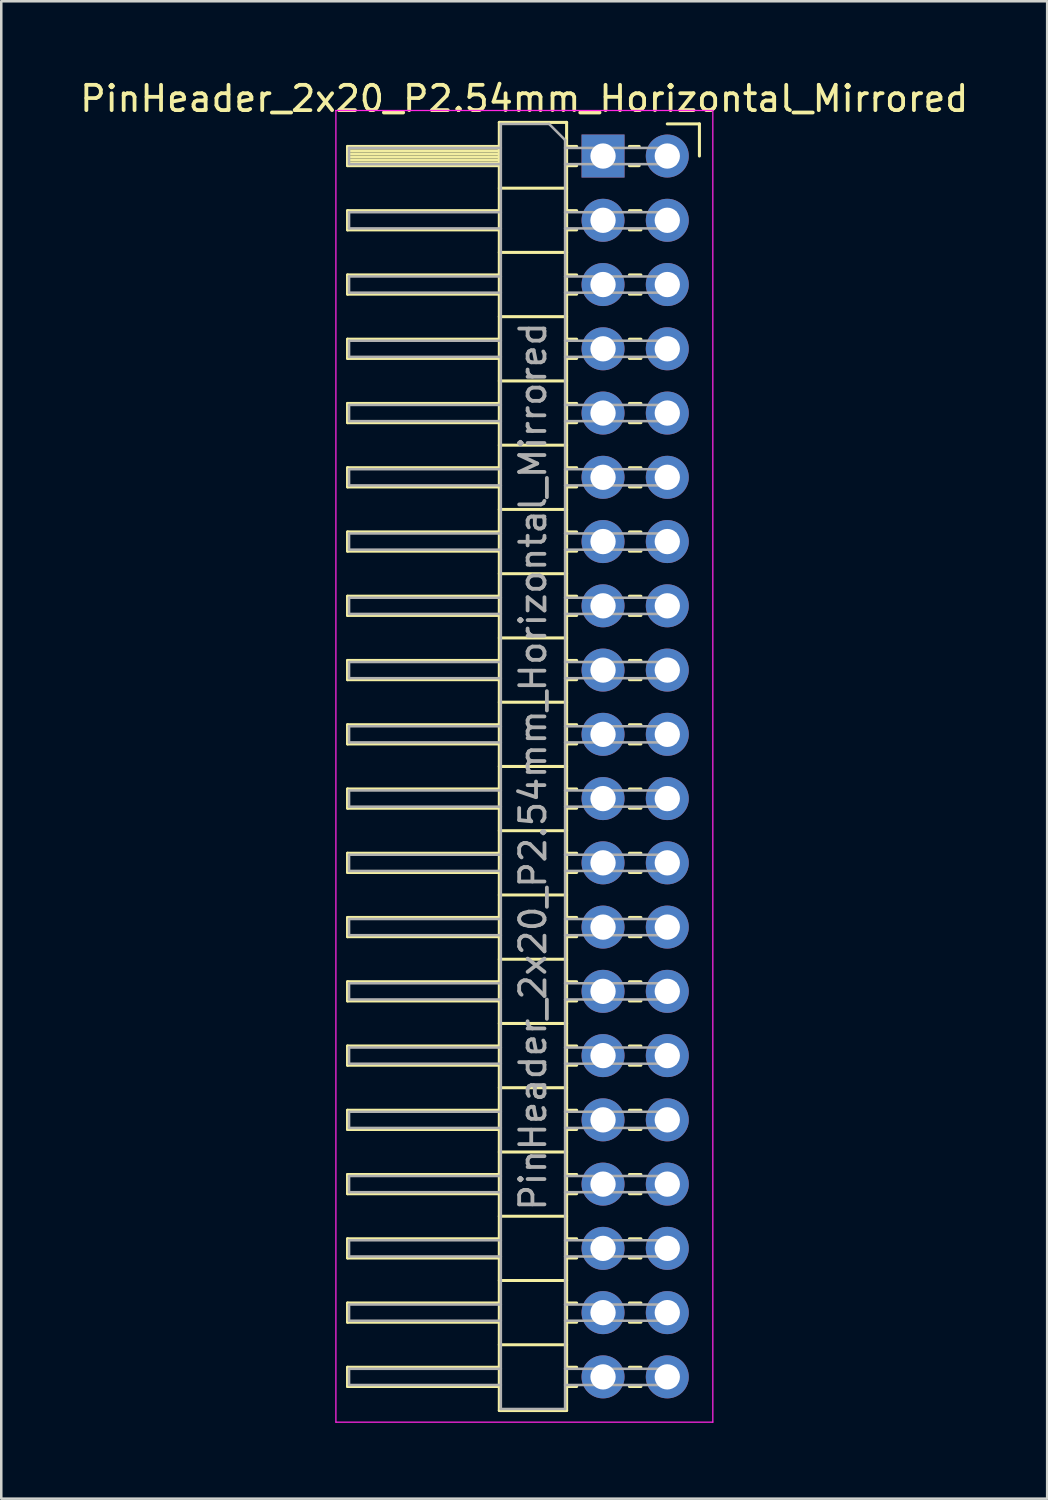
<source format=kicad_pcb>
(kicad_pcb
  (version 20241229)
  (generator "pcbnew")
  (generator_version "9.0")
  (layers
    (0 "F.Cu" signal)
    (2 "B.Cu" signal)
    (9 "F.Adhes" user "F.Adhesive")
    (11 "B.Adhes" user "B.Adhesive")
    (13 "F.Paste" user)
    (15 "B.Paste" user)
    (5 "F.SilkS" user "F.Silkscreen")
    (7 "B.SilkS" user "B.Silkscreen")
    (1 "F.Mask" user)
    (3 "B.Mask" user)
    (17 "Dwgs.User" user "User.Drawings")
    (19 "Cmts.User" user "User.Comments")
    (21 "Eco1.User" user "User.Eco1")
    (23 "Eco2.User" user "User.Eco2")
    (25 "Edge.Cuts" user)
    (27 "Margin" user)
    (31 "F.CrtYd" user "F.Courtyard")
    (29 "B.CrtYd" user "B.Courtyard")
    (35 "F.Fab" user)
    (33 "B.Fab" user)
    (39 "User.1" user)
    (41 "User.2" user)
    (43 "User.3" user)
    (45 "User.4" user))
  (footprint "PinHeader_2x20_P2.54mm_Horizontal_Mirrored"
    (layer "F.Cu")
    (at 20.788 3.118)
    (property "Reference" "PinHeader_2x20_P2.54mm_Horizontal_Mirrored" (at -3.115 -2.27 180) (layer "F.SilkS") (effects (font (size 1 1) (thickness 0.15))))
    (attr through_hole)
    (fp_line (start -10.1 -0.38) (end -10.1 0.38) (stroke (width 0.12) (type solid)) (layer "F.SilkS"))
    (fp_line (start -10.1 0.38) (end -4.1 0.38) (stroke (width 0.12) (type solid)) (layer "F.SilkS"))
    (fp_line (start -10.1 2.16) (end -10.1 2.92) (stroke (width 0.12) (type solid)) (layer "F.SilkS"))
    (fp_line (start -10.1 2.92) (end -4.1 2.92) (stroke (width 0.12) (type solid)) (layer "F.SilkS"))
    (fp_line (start -10.1 4.7) (end -10.1 5.46) (stroke (width 0.12) (type solid)) (layer "F.SilkS"))
    (fp_line (start -10.1 5.46) (end -4.1 5.46) (stroke (width 0.12) (type solid)) (layer "F.SilkS"))
    (fp_line (start -10.1 7.24) (end -10.1 8) (stroke (width 0.12) (type solid)) (layer "F.SilkS"))
    (fp_line (start -10.1 8) (end -4.1 8) (stroke (width 0.12) (type solid)) (layer "F.SilkS"))
    (fp_line (start -10.1 9.78) (end -10.1 10.54) (stroke (width 0.12) (type solid)) (layer "F.SilkS"))
    (fp_line (start -10.1 10.54) (end -4.1 10.54) (stroke (width 0.12) (type solid)) (layer "F.SilkS"))
    (fp_line (start -10.1 12.32) (end -10.1 13.08) (stroke (width 0.12) (type solid)) (layer "F.SilkS"))
    (fp_line (start -10.1 13.08) (end -4.1 13.08) (stroke (width 0.12) (type solid)) (layer "F.SilkS"))
    (fp_line (start -10.1 14.86) (end -10.1 15.62) (stroke (width 0.12) (type solid)) (layer "F.SilkS"))
    (fp_line (start -10.1 15.62) (end -4.1 15.62) (stroke (width 0.12) (type solid)) (layer "F.SilkS"))
    (fp_line (start -10.1 17.4) (end -10.1 18.16) (stroke (width 0.12) (type solid)) (layer "F.SilkS"))
    (fp_line (start -10.1 18.16) (end -4.1 18.16) (stroke (width 0.12) (type solid)) (layer "F.SilkS"))
    (fp_line (start -10.1 19.94) (end -10.1 20.7) (stroke (width 0.12) (type solid)) (layer "F.SilkS"))
    (fp_line (start -10.1 20.7) (end -4.1 20.7) (stroke (width 0.12) (type solid)) (layer "F.SilkS"))
    (fp_line (start -10.1 22.48) (end -10.1 23.24) (stroke (width 0.12) (type solid)) (layer "F.SilkS"))
    (fp_line (start -10.1 23.24) (end -4.1 23.24) (stroke (width 0.12) (type solid)) (layer "F.SilkS"))
    (fp_line (start -10.1 25.02) (end -10.1 25.78) (stroke (width 0.12) (type solid)) (layer "F.SilkS"))
    (fp_line (start -10.1 25.78) (end -4.1 25.78) (stroke (width 0.12) (type solid)) (layer "F.SilkS"))
    (fp_line (start -10.1 27.56) (end -10.1 28.32) (stroke (width 0.12) (type solid)) (layer "F.SilkS"))
    (fp_line (start -10.1 28.32) (end -4.1 28.32) (stroke (width 0.12) (type solid)) (layer "F.SilkS"))
    (fp_line (start -10.1 30.1) (end -10.1 30.86) (stroke (width 0.12) (type solid)) (layer "F.SilkS"))
    (fp_line (start -10.1 30.86) (end -4.1 30.86) (stroke (width 0.12) (type solid)) (layer "F.SilkS"))
    (fp_line (start -10.1 32.64) (end -10.1 33.4) (stroke (width 0.12) (type solid)) (layer "F.SilkS"))
    (fp_line (start -10.1 33.4) (end -4.1 33.4) (stroke (width 0.12) (type solid)) (layer "F.SilkS"))
    (fp_line (start -10.1 35.18) (end -10.1 35.94) (stroke (width 0.12) (type solid)) (layer "F.SilkS"))
    (fp_line (start -10.1 35.94) (end -4.1 35.94) (stroke (width 0.12) (type solid)) (layer "F.SilkS"))
    (fp_line (start -10.1 37.72) (end -10.1 38.48) (stroke (width 0.12) (type solid)) (layer "F.SilkS"))
    (fp_line (start -10.1 38.48) (end -4.1 38.48) (stroke (width 0.12) (type solid)) (layer "F.SilkS"))
    (fp_line (start -10.1 40.26) (end -10.1 41.02) (stroke (width 0.12) (type solid)) (layer "F.SilkS"))
    (fp_line (start -10.1 41.02) (end -4.1 41.02) (stroke (width 0.12) (type solid)) (layer "F.SilkS"))
    (fp_line (start -10.1 42.8) (end -10.1 43.56) (stroke (width 0.12) (type solid)) (layer "F.SilkS"))
    (fp_line (start -10.1 43.56) (end -4.1 43.56) (stroke (width 0.12) (type solid)) (layer "F.SilkS"))
    (fp_line (start -10.1 45.34) (end -10.1 46.1) (stroke (width 0.12) (type solid)) (layer "F.SilkS"))
    (fp_line (start -10.1 46.1) (end -4.1 46.1) (stroke (width 0.12) (type solid)) (layer "F.SilkS"))
    (fp_line (start -10.1 47.88) (end -10.1 48.64) (stroke (width 0.12) (type solid)) (layer "F.SilkS"))
    (fp_line (start -10.1 48.64) (end -4.1 48.64) (stroke (width 0.12) (type solid)) (layer "F.SilkS"))
    (fp_line (start -4.1 -1.33) (end -1.44 -1.33) (stroke (width 0.12) (type solid)) (layer "F.SilkS"))
    (fp_line (start -4.1 -0.38) (end -10.1 -0.38) (stroke (width 0.12) (type solid)) (layer "F.SilkS"))
    (fp_line (start -4.1 -0.32) (end -10.1 -0.32) (stroke (width 0.12) (type solid)) (layer "F.SilkS"))
    (fp_line (start -4.1 -0.2) (end -10.1 -0.2) (stroke (width 0.12) (type solid)) (layer "F.SilkS"))
    (fp_line (start -4.1 -0.08) (end -10.1 -0.08) (stroke (width 0.12) (type solid)) (layer "F.SilkS"))
    (fp_line (start -4.1 0.04) (end -10.1 0.04) (stroke (width 0.12) (type solid)) (layer "F.SilkS"))
    (fp_line (start -4.1 0.16) (end -10.1 0.16) (stroke (width 0.12) (type solid)) (layer "F.SilkS"))
    (fp_line (start -4.1 0.28) (end -10.1 0.28) (stroke (width 0.12) (type solid)) (layer "F.SilkS"))
    (fp_line (start -4.1 2.16) (end -10.1 2.16) (stroke (width 0.12) (type solid)) (layer "F.SilkS"))
    (fp_line (start -4.1 4.7) (end -10.1 4.7) (stroke (width 0.12) (type solid)) (layer "F.SilkS"))
    (fp_line (start -4.1 7.24) (end -10.1 7.24) (stroke (width 0.12) (type solid)) (layer "F.SilkS"))
    (fp_line (start -4.1 9.78) (end -10.1 9.78) (stroke (width 0.12) (type solid)) (layer "F.SilkS"))
    (fp_line (start -4.1 12.32) (end -10.1 12.32) (stroke (width 0.12) (type solid)) (layer "F.SilkS"))
    (fp_line (start -4.1 14.86) (end -10.1 14.86) (stroke (width 0.12) (type solid)) (layer "F.SilkS"))
    (fp_line (start -4.1 17.4) (end -10.1 17.4) (stroke (width 0.12) (type solid)) (layer "F.SilkS"))
    (fp_line (start -4.1 19.94) (end -10.1 19.94) (stroke (width 0.12) (type solid)) (layer "F.SilkS"))
    (fp_line (start -4.1 22.48) (end -10.1 22.48) (stroke (width 0.12) (type solid)) (layer "F.SilkS"))
    (fp_line (start -4.1 25.02) (end -10.1 25.02) (stroke (width 0.12) (type solid)) (layer "F.SilkS"))
    (fp_line (start -4.1 27.56) (end -10.1 27.56) (stroke (width 0.12) (type solid)) (layer "F.SilkS"))
    (fp_line (start -4.1 30.1) (end -10.1 30.1) (stroke (width 0.12) (type solid)) (layer "F.SilkS"))
    (fp_line (start -4.1 32.64) (end -10.1 32.64) (stroke (width 0.12) (type solid)) (layer "F.SilkS"))
    (fp_line (start -4.1 35.18) (end -10.1 35.18) (stroke (width 0.12) (type solid)) (layer "F.SilkS"))
    (fp_line (start -4.1 37.72) (end -10.1 37.72) (stroke (width 0.12) (type solid)) (layer "F.SilkS"))
    (fp_line (start -4.1 40.26) (end -10.1 40.26) (stroke (width 0.12) (type solid)) (layer "F.SilkS"))
    (fp_line (start -4.1 42.8) (end -10.1 42.8) (stroke (width 0.12) (type solid)) (layer "F.SilkS"))
    (fp_line (start -4.1 45.34) (end -10.1 45.34) (stroke (width 0.12) (type solid)) (layer "F.SilkS"))
    (fp_line (start -4.1 47.88) (end -10.1 47.88) (stroke (width 0.12) (type solid)) (layer "F.SilkS"))
    (fp_line (start -4.1 49.59) (end -4.1 -1.33) (stroke (width 0.12) (type solid)) (layer "F.SilkS"))
    (fp_line (start -1.44 -1.33) (end -1.44 49.59) (stroke (width 0.12) (type solid)) (layer "F.SilkS"))
    (fp_line (start -1.44 1.27) (end -4.1 1.27) (stroke (width 0.12) (type solid)) (layer "F.SilkS"))
    (fp_line (start -1.44 3.81) (end -4.1 3.81) (stroke (width 0.12) (type solid)) (layer "F.SilkS"))
    (fp_line (start -1.44 6.35) (end -4.1 6.35) (stroke (width 0.12) (type solid)) (layer "F.SilkS"))
    (fp_line (start -1.44 8.89) (end -4.1 8.89) (stroke (width 0.12) (type solid)) (layer "F.SilkS"))
    (fp_line (start -1.44 11.43) (end -4.1 11.43) (stroke (width 0.12) (type solid)) (layer "F.SilkS"))
    (fp_line (start -1.44 13.97) (end -4.1 13.97) (stroke (width 0.12) (type solid)) (layer "F.SilkS"))
    (fp_line (start -1.44 16.51) (end -4.1 16.51) (stroke (width 0.12) (type solid)) (layer "F.SilkS"))
    (fp_line (start -1.44 19.05) (end -4.1 19.05) (stroke (width 0.12) (type solid)) (layer "F.SilkS"))
    (fp_line (start -1.44 21.59) (end -4.1 21.59) (stroke (width 0.12) (type solid)) (layer "F.SilkS"))
    (fp_line (start -1.44 24.13) (end -4.1 24.13) (stroke (width 0.12) (type solid)) (layer "F.SilkS"))
    (fp_line (start -1.44 26.67) (end -4.1 26.67) (stroke (width 0.12) (type solid)) (layer "F.SilkS"))
    (fp_line (start -1.44 29.21) (end -4.1 29.21) (stroke (width 0.12) (type solid)) (layer "F.SilkS"))
    (fp_line (start -1.44 31.75) (end -4.1 31.75) (stroke (width 0.12) (type solid)) (layer "F.SilkS"))
    (fp_line (start -1.44 34.29) (end -4.1 34.29) (stroke (width 0.12) (type solid)) (layer "F.SilkS"))
    (fp_line (start -1.44 36.83) (end -4.1 36.83) (stroke (width 0.12) (type solid)) (layer "F.SilkS"))
    (fp_line (start -1.44 39.37) (end -4.1 39.37) (stroke (width 0.12) (type solid)) (layer "F.SilkS"))
    (fp_line (start -1.44 41.91) (end -4.1 41.91) (stroke (width 0.12) (type solid)) (layer "F.SilkS"))
    (fp_line (start -1.44 44.45) (end -4.1 44.45) (stroke (width 0.12) (type solid)) (layer "F.SilkS"))
    (fp_line (start -1.44 46.99) (end -4.1 46.99) (stroke (width 0.12) (type solid)) (layer "F.SilkS"))
    (fp_line (start -1.44 49.59) (end -4.1 49.59) (stroke (width 0.12) (type solid)) (layer "F.SilkS"))
    (fp_line (start -1.043 -0.38) (end -1.44 -0.38) (stroke (width 0.12) (type solid)) (layer "F.SilkS"))
    (fp_line (start -1.043 0.38) (end -1.44 0.38) (stroke (width 0.12) (type solid)) (layer "F.SilkS"))
    (fp_line (start -1.043 2.16) (end -1.44 2.16) (stroke (width 0.12) (type solid)) (layer "F.SilkS"))
    (fp_line (start -1.043 2.92) (end -1.44 2.92) (stroke (width 0.12) (type solid)) (layer "F.SilkS"))
    (fp_line (start -1.043 4.7) (end -1.44 4.7) (stroke (width 0.12) (type solid)) (layer "F.SilkS"))
    (fp_line (start -1.043 5.46) (end -1.44 5.46) (stroke (width 0.12) (type solid)) (layer "F.SilkS"))
    (fp_line (start -1.043 7.24) (end -1.44 7.24) (stroke (width 0.12) (type solid)) (layer "F.SilkS"))
    (fp_line (start -1.043 8) (end -1.44 8) (stroke (width 0.12) (type solid)) (layer "F.SilkS"))
    (fp_line (start -1.043 9.78) (end -1.44 9.78) (stroke (width 0.12) (type solid)) (layer "F.SilkS"))
    (fp_line (start -1.043 10.54) (end -1.44 10.54) (stroke (width 0.12) (type solid)) (layer "F.SilkS"))
    (fp_line (start -1.043 12.32) (end -1.44 12.32) (stroke (width 0.12) (type solid)) (layer "F.SilkS"))
    (fp_line (start -1.043 13.08) (end -1.44 13.08) (stroke (width 0.12) (type solid)) (layer "F.SilkS"))
    (fp_line (start -1.043 14.86) (end -1.44 14.86) (stroke (width 0.12) (type solid)) (layer "F.SilkS"))
    (fp_line (start -1.043 15.62) (end -1.44 15.62) (stroke (width 0.12) (type solid)) (layer "F.SilkS"))
    (fp_line (start -1.043 17.4) (end -1.44 17.4) (stroke (width 0.12) (type solid)) (layer "F.SilkS"))
    (fp_line (start -1.043 18.16) (end -1.44 18.16) (stroke (width 0.12) (type solid)) (layer "F.SilkS"))
    (fp_line (start -1.043 19.94) (end -1.44 19.94) (stroke (width 0.12) (type solid)) (layer "F.SilkS"))
    (fp_line (start -1.043 20.7) (end -1.44 20.7) (stroke (width 0.12) (type solid)) (layer "F.SilkS"))
    (fp_line (start -1.043 22.48) (end -1.44 22.48) (stroke (width 0.12) (type solid)) (layer "F.SilkS"))
    (fp_line (start -1.043 23.24) (end -1.44 23.24) (stroke (width 0.12) (type solid)) (layer "F.SilkS"))
    (fp_line (start -1.043 25.02) (end -1.44 25.02) (stroke (width 0.12) (type solid)) (layer "F.SilkS"))
    (fp_line (start -1.043 25.78) (end -1.44 25.78) (stroke (width 0.12) (type solid)) (layer "F.SilkS"))
    (fp_line (start -1.043 27.56) (end -1.44 27.56) (stroke (width 0.12) (type solid)) (layer "F.SilkS"))
    (fp_line (start -1.043 28.32) (end -1.44 28.32) (stroke (width 0.12) (type solid)) (layer "F.SilkS"))
    (fp_line (start -1.043 30.1) (end -1.44 30.1) (stroke (width 0.12) (type solid)) (layer "F.SilkS"))
    (fp_line (start -1.043 30.86) (end -1.44 30.86) (stroke (width 0.12) (type solid)) (layer "F.SilkS"))
    (fp_line (start -1.043 32.64) (end -1.44 32.64) (stroke (width 0.12) (type solid)) (layer "F.SilkS"))
    (fp_line (start -1.043 33.4) (end -1.44 33.4) (stroke (width 0.12) (type solid)) (layer "F.SilkS"))
    (fp_line (start -1.043 35.18) (end -1.44 35.18) (stroke (width 0.12) (type solid)) (layer "F.SilkS"))
    (fp_line (start -1.043 35.94) (end -1.44 35.94) (stroke (width 0.12) (type solid)) (layer "F.SilkS"))
    (fp_line (start -1.043 37.72) (end -1.44 37.72) (stroke (width 0.12) (type solid)) (layer "F.SilkS"))
    (fp_line (start -1.043 38.48) (end -1.44 38.48) (stroke (width 0.12) (type solid)) (layer "F.SilkS"))
    (fp_line (start -1.043 40.26) (end -1.44 40.26) (stroke (width 0.12) (type solid)) (layer "F.SilkS"))
    (fp_line (start -1.043 41.02) (end -1.44 41.02) (stroke (width 0.12) (type solid)) (layer "F.SilkS"))
    (fp_line (start -1.043 42.8) (end -1.44 42.8) (stroke (width 0.12) (type solid)) (layer "F.SilkS"))
    (fp_line (start -1.043 43.56) (end -1.44 43.56) (stroke (width 0.12) (type solid)) (layer "F.SilkS"))
    (fp_line (start -1.043 45.34) (end -1.44 45.34) (stroke (width 0.12) (type solid)) (layer "F.SilkS"))
    (fp_line (start -1.043 46.1) (end -1.44 46.1) (stroke (width 0.12) (type solid)) (layer "F.SilkS"))
    (fp_line (start -1.043 47.88) (end -1.44 47.88) (stroke (width 0.12) (type solid)) (layer "F.SilkS"))
    (fp_line (start -1.043 48.64) (end -1.44 48.64) (stroke (width 0.12) (type solid)) (layer "F.SilkS"))
    (fp_line (start 1.43 -0.38) (end 1.043 -0.38) (stroke (width 0.12) (type solid)) (layer "F.SilkS"))
    (fp_line (start 1.43 0.38) (end 1.043 0.38) (stroke (width 0.12) (type solid)) (layer "F.SilkS"))
    (fp_line (start 1.497 2.16) (end 1.043 2.16) (stroke (width 0.12) (type solid)) (layer "F.SilkS"))
    (fp_line (start 1.497 2.92) (end 1.043 2.92) (stroke (width 0.12) (type solid)) (layer "F.SilkS"))
    (fp_line (start 1.497 4.7) (end 1.043 4.7) (stroke (width 0.12) (type solid)) (layer "F.SilkS"))
    (fp_line (start 1.497 5.46) (end 1.043 5.46) (stroke (width 0.12) (type solid)) (layer "F.SilkS"))
    (fp_line (start 1.497 7.24) (end 1.043 7.24) (stroke (width 0.12) (type solid)) (layer "F.SilkS"))
    (fp_line (start 1.497 8) (end 1.043 8) (stroke (width 0.12) (type solid)) (layer "F.SilkS"))
    (fp_line (start 1.497 9.78) (end 1.043 9.78) (stroke (width 0.12) (type solid)) (layer "F.SilkS"))
    (fp_line (start 1.497 10.54) (end 1.043 10.54) (stroke (width 0.12) (type solid)) (layer "F.SilkS"))
    (fp_line (start 1.497 12.32) (end 1.043 12.32) (stroke (width 0.12) (type solid)) (layer "F.SilkS"))
    (fp_line (start 1.497 13.08) (end 1.043 13.08) (stroke (width 0.12) (type solid)) (layer "F.SilkS"))
    (fp_line (start 1.497 14.86) (end 1.043 14.86) (stroke (width 0.12) (type solid)) (layer "F.SilkS"))
    (fp_line (start 1.497 15.62) (end 1.043 15.62) (stroke (width 0.12) (type solid)) (layer "F.SilkS"))
    (fp_line (start 1.497 17.4) (end 1.043 17.4) (stroke (width 0.12) (type solid)) (layer "F.SilkS"))
    (fp_line (start 1.497 18.16) (end 1.043 18.16) (stroke (width 0.12) (type solid)) (layer "F.SilkS"))
    (fp_line (start 1.497 19.94) (end 1.043 19.94) (stroke (width 0.12) (type solid)) (layer "F.SilkS"))
    (fp_line (start 1.497 20.7) (end 1.043 20.7) (stroke (width 0.12) (type solid)) (layer "F.SilkS"))
    (fp_line (start 1.497 22.48) (end 1.043 22.48) (stroke (width 0.12) (type solid)) (layer "F.SilkS"))
    (fp_line (start 1.497 23.24) (end 1.043 23.24) (stroke (width 0.12) (type solid)) (layer "F.SilkS"))
    (fp_line (start 1.497 25.02) (end 1.043 25.02) (stroke (width 0.12) (type solid)) (layer "F.SilkS"))
    (fp_line (start 1.497 25.78) (end 1.043 25.78) (stroke (width 0.12) (type solid)) (layer "F.SilkS"))
    (fp_line (start 1.497 27.56) (end 1.043 27.56) (stroke (width 0.12) (type solid)) (layer "F.SilkS"))
    (fp_line (start 1.497 28.32) (end 1.043 28.32) (stroke (width 0.12) (type solid)) (layer "F.SilkS"))
    (fp_line (start 1.497 30.1) (end 1.043 30.1) (stroke (width 0.12) (type solid)) (layer "F.SilkS"))
    (fp_line (start 1.497 30.86) (end 1.043 30.86) (stroke (width 0.12) (type solid)) (layer "F.SilkS"))
    (fp_line (start 1.497 32.64) (end 1.043 32.64) (stroke (width 0.12) (type solid)) (layer "F.SilkS"))
    (fp_line (start 1.497 33.4) (end 1.043 33.4) (stroke (width 0.12) (type solid)) (layer "F.SilkS"))
    (fp_line (start 1.497 35.18) (end 1.043 35.18) (stroke (width 0.12) (type solid)) (layer "F.SilkS"))
    (fp_line (start 1.497 35.94) (end 1.043 35.94) (stroke (width 0.12) (type solid)) (layer "F.SilkS"))
    (fp_line (start 1.497 37.72) (end 1.043 37.72) (stroke (width 0.12) (type solid)) (layer "F.SilkS"))
    (fp_line (start 1.497 38.48) (end 1.043 38.48) (stroke (width 0.12) (type solid)) (layer "F.SilkS"))
    (fp_line (start 1.497 40.26) (end 1.043 40.26) (stroke (width 0.12) (type solid)) (layer "F.SilkS"))
    (fp_line (start 1.497 41.02) (end 1.043 41.02) (stroke (width 0.12) (type solid)) (layer "F.SilkS"))
    (fp_line (start 1.497 42.8) (end 1.043 42.8) (stroke (width 0.12) (type solid)) (layer "F.SilkS"))
    (fp_line (start 1.497 43.56) (end 1.043 43.56) (stroke (width 0.12) (type solid)) (layer "F.SilkS"))
    (fp_line (start 1.497 45.34) (end 1.043 45.34) (stroke (width 0.12) (type solid)) (layer "F.SilkS"))
    (fp_line (start 1.497 46.1) (end 1.043 46.1) (stroke (width 0.12) (type solid)) (layer "F.SilkS"))
    (fp_line (start 1.497 47.88) (end 1.043 47.88) (stroke (width 0.12) (type solid)) (layer "F.SilkS"))
    (fp_line (start 1.497 48.64) (end 1.043 48.64) (stroke (width 0.12) (type solid)) (layer "F.SilkS"))
    (fp_line (start 3.81 -1.27) (end 2.54 -1.27) (stroke (width 0.12) (type solid)) (layer "F.SilkS"))
    (fp_line (start 3.81 0) (end 3.81 -1.27) (stroke (width 0.12) (type solid)) (layer "F.SilkS"))
    (fp_line (start -10.56 -1.8) (end 4.34 -1.8) (stroke (width 0.05) (type solid)) (layer "F.CrtYd"))
    (fp_line (start -10.56 50.05) (end -10.56 -1.8) (stroke (width 0.05) (type solid)) (layer "F.CrtYd"))
    (fp_line (start 4.34 -1.8) (end 4.34 50.05) (stroke (width 0.05) (type solid)) (layer "F.CrtYd"))
    (fp_line (start 4.34 50.05) (end -10.56 50.05) (stroke (width 0.05) (type solid)) (layer "F.CrtYd"))
    (fp_line (start -10.04 -0.32) (end -10.04 0.32) (stroke (width 0.1) (type solid)) (layer "F.Fab"))
    (fp_line (start -10.04 2.22) (end -10.04 2.86) (stroke (width 0.1) (type solid)) (layer "F.Fab"))
    (fp_line (start -10.04 4.76) (end -10.04 5.4) (stroke (width 0.1) (type solid)) (layer "F.Fab"))
    (fp_line (start -10.04 7.3) (end -10.04 7.94) (stroke (width 0.1) (type solid)) (layer "F.Fab"))
    (fp_line (start -10.04 9.84) (end -10.04 10.48) (stroke (width 0.1) (type solid)) (layer "F.Fab"))
    (fp_line (start -10.04 12.38) (end -10.04 13.02) (stroke (width 0.1) (type solid)) (layer "F.Fab"))
    (fp_line (start -10.04 14.92) (end -10.04 15.56) (stroke (width 0.1) (type solid)) (layer "F.Fab"))
    (fp_line (start -10.04 17.46) (end -10.04 18.1) (stroke (width 0.1) (type solid)) (layer "F.Fab"))
    (fp_line (start -10.04 20) (end -10.04 20.64) (stroke (width 0.1) (type solid)) (layer "F.Fab"))
    (fp_line (start -10.04 22.54) (end -10.04 23.18) (stroke (width 0.1) (type solid)) (layer "F.Fab"))
    (fp_line (start -10.04 25.08) (end -10.04 25.72) (stroke (width 0.1) (type solid)) (layer "F.Fab"))
    (fp_line (start -10.04 27.62) (end -10.04 28.26) (stroke (width 0.1) (type solid)) (layer "F.Fab"))
    (fp_line (start -10.04 30.16) (end -10.04 30.8) (stroke (width 0.1) (type solid)) (layer "F.Fab"))
    (fp_line (start -10.04 32.7) (end -10.04 33.34) (stroke (width 0.1) (type solid)) (layer "F.Fab"))
    (fp_line (start -10.04 35.24) (end -10.04 35.88) (stroke (width 0.1) (type solid)) (layer "F.Fab"))
    (fp_line (start -10.04 37.78) (end -10.04 38.42) (stroke (width 0.1) (type solid)) (layer "F.Fab"))
    (fp_line (start -10.04 40.32) (end -10.04 40.96) (stroke (width 0.1) (type solid)) (layer "F.Fab"))
    (fp_line (start -10.04 42.86) (end -10.04 43.5) (stroke (width 0.1) (type solid)) (layer "F.Fab"))
    (fp_line (start -10.04 45.4) (end -10.04 46.04) (stroke (width 0.1) (type solid)) (layer "F.Fab"))
    (fp_line (start -10.04 47.94) (end -10.04 48.58) (stroke (width 0.1) (type solid)) (layer "F.Fab"))
    (fp_line (start -4.04 -1.27) (end -4.04 49.53) (stroke (width 0.1) (type solid)) (layer "F.Fab"))
    (fp_line (start -4.04 -0.32) (end -10.04 -0.32) (stroke (width 0.1) (type solid)) (layer "F.Fab"))
    (fp_line (start -4.04 0.32) (end -10.04 0.32) (stroke (width 0.1) (type solid)) (layer "F.Fab"))
    (fp_line (start -4.04 2.22) (end -10.04 2.22) (stroke (width 0.1) (type solid)) (layer "F.Fab"))
    (fp_line (start -4.04 2.86) (end -10.04 2.86) (stroke (width 0.1) (type solid)) (layer "F.Fab"))
    (fp_line (start -4.04 4.76) (end -10.04 4.76) (stroke (width 0.1) (type solid)) (layer "F.Fab"))
    (fp_line (start -4.04 5.4) (end -10.04 5.4) (stroke (width 0.1) (type solid)) (layer "F.Fab"))
    (fp_line (start -4.04 7.3) (end -10.04 7.3) (stroke (width 0.1) (type solid)) (layer "F.Fab"))
    (fp_line (start -4.04 7.94) (end -10.04 7.94) (stroke (width 0.1) (type solid)) (layer "F.Fab"))
    (fp_line (start -4.04 9.84) (end -10.04 9.84) (stroke (width 0.1) (type solid)) (layer "F.Fab"))
    (fp_line (start -4.04 10.48) (end -10.04 10.48) (stroke (width 0.1) (type solid)) (layer "F.Fab"))
    (fp_line (start -4.04 12.38) (end -10.04 12.38) (stroke (width 0.1) (type solid)) (layer "F.Fab"))
    (fp_line (start -4.04 13.02) (end -10.04 13.02) (stroke (width 0.1) (type solid)) (layer "F.Fab"))
    (fp_line (start -4.04 14.92) (end -10.04 14.92) (stroke (width 0.1) (type solid)) (layer "F.Fab"))
    (fp_line (start -4.04 15.56) (end -10.04 15.56) (stroke (width 0.1) (type solid)) (layer "F.Fab"))
    (fp_line (start -4.04 17.46) (end -10.04 17.46) (stroke (width 0.1) (type solid)) (layer "F.Fab"))
    (fp_line (start -4.04 18.1) (end -10.04 18.1) (stroke (width 0.1) (type solid)) (layer "F.Fab"))
    (fp_line (start -4.04 20) (end -10.04 20) (stroke (width 0.1) (type solid)) (layer "F.Fab"))
    (fp_line (start -4.04 20.64) (end -10.04 20.64) (stroke (width 0.1) (type solid)) (layer "F.Fab"))
    (fp_line (start -4.04 22.54) (end -10.04 22.54) (stroke (width 0.1) (type solid)) (layer "F.Fab"))
    (fp_line (start -4.04 23.18) (end -10.04 23.18) (stroke (width 0.1) (type solid)) (layer "F.Fab"))
    (fp_line (start -4.04 25.08) (end -10.04 25.08) (stroke (width 0.1) (type solid)) (layer "F.Fab"))
    (fp_line (start -4.04 25.72) (end -10.04 25.72) (stroke (width 0.1) (type solid)) (layer "F.Fab"))
    (fp_line (start -4.04 27.62) (end -10.04 27.62) (stroke (width 0.1) (type solid)) (layer "F.Fab"))
    (fp_line (start -4.04 28.26) (end -10.04 28.26) (stroke (width 0.1) (type solid)) (layer "F.Fab"))
    (fp_line (start -4.04 30.16) (end -10.04 30.16) (stroke (width 0.1) (type solid)) (layer "F.Fab"))
    (fp_line (start -4.04 30.8) (end -10.04 30.8) (stroke (width 0.1) (type solid)) (layer "F.Fab"))
    (fp_line (start -4.04 32.7) (end -10.04 32.7) (stroke (width 0.1) (type solid)) (layer "F.Fab"))
    (fp_line (start -4.04 33.34) (end -10.04 33.34) (stroke (width 0.1) (type solid)) (layer "F.Fab"))
    (fp_line (start -4.04 35.24) (end -10.04 35.24) (stroke (width 0.1) (type solid)) (layer "F.Fab"))
    (fp_line (start -4.04 35.88) (end -10.04 35.88) (stroke (width 0.1) (type solid)) (layer "F.Fab"))
    (fp_line (start -4.04 37.78) (end -10.04 37.78) (stroke (width 0.1) (type solid)) (layer "F.Fab"))
    (fp_line (start -4.04 38.42) (end -10.04 38.42) (stroke (width 0.1) (type solid)) (layer "F.Fab"))
    (fp_line (start -4.04 40.32) (end -10.04 40.32) (stroke (width 0.1) (type solid)) (layer "F.Fab"))
    (fp_line (start -4.04 40.96) (end -10.04 40.96) (stroke (width 0.1) (type solid)) (layer "F.Fab"))
    (fp_line (start -4.04 42.86) (end -10.04 42.86) (stroke (width 0.1) (type solid)) (layer "F.Fab"))
    (fp_line (start -4.04 43.5) (end -10.04 43.5) (stroke (width 0.1) (type solid)) (layer "F.Fab"))
    (fp_line (start -4.04 45.4) (end -10.04 45.4) (stroke (width 0.1) (type solid)) (layer "F.Fab"))
    (fp_line (start -4.04 46.04) (end -10.04 46.04) (stroke (width 0.1) (type solid)) (layer "F.Fab"))
    (fp_line (start -4.04 47.94) (end -10.04 47.94) (stroke (width 0.1) (type solid)) (layer "F.Fab"))
    (fp_line (start -4.04 48.58) (end -10.04 48.58) (stroke (width 0.1) (type solid)) (layer "F.Fab"))
    (fp_line (start -4.04 49.53) (end -1.5 49.53) (stroke (width 0.1) (type solid)) (layer "F.Fab"))
    (fp_line (start -2.135 -1.27) (end -4.04 -1.27) (stroke (width 0.1) (type solid)) (layer "F.Fab"))
    (fp_line (start -1.5 -0.635) (end -2.135 -1.27) (stroke (width 0.1) (type solid)) (layer "F.Fab"))
    (fp_line (start -1.5 49.53) (end -1.5 -0.635) (stroke (width 0.1) (type solid)) (layer "F.Fab"))
    (fp_line (start 2.86 -0.32) (end -1.5 -0.32) (stroke (width 0.1) (type solid)) (layer "F.Fab"))
    (fp_line (start 2.86 -0.32) (end 2.86 0.32) (stroke (width 0.1) (type solid)) (layer "F.Fab"))
    (fp_line (start 2.86 0.32) (end -1.5 0.32) (stroke (width 0.1) (type solid)) (layer "F.Fab"))
    (fp_line (start 2.86 2.22) (end -1.5 2.22) (stroke (width 0.1) (type solid)) (layer "F.Fab"))
    (fp_line (start 2.86 2.22) (end 2.86 2.86) (stroke (width 0.1) (type solid)) (layer "F.Fab"))
    (fp_line (start 2.86 2.86) (end -1.5 2.86) (stroke (width 0.1) (type solid)) (layer "F.Fab"))
    (fp_line (start 2.86 4.76) (end -1.5 4.76) (stroke (width 0.1) (type solid)) (layer "F.Fab"))
    (fp_line (start 2.86 4.76) (end 2.86 5.4) (stroke (width 0.1) (type solid)) (layer "F.Fab"))
    (fp_line (start 2.86 5.4) (end -1.5 5.4) (stroke (width 0.1) (type solid)) (layer "F.Fab"))
    (fp_line (start 2.86 7.3) (end -1.5 7.3) (stroke (width 0.1) (type solid)) (layer "F.Fab"))
    (fp_line (start 2.86 7.3) (end 2.86 7.94) (stroke (width 0.1) (type solid)) (layer "F.Fab"))
    (fp_line (start 2.86 7.94) (end -1.5 7.94) (stroke (width 0.1) (type solid)) (layer "F.Fab"))
    (fp_line (start 2.86 9.84) (end -1.5 9.84) (stroke (width 0.1) (type solid)) (layer "F.Fab"))
    (fp_line (start 2.86 9.84) (end 2.86 10.48) (stroke (width 0.1) (type solid)) (layer "F.Fab"))
    (fp_line (start 2.86 10.48) (end -1.5 10.48) (stroke (width 0.1) (type solid)) (layer "F.Fab"))
    (fp_line (start 2.86 12.38) (end -1.5 12.38) (stroke (width 0.1) (type solid)) (layer "F.Fab"))
    (fp_line (start 2.86 12.38) (end 2.86 13.02) (stroke (width 0.1) (type solid)) (layer "F.Fab"))
    (fp_line (start 2.86 13.02) (end -1.5 13.02) (stroke (width 0.1) (type solid)) (layer "F.Fab"))
    (fp_line (start 2.86 14.92) (end -1.5 14.92) (stroke (width 0.1) (type solid)) (layer "F.Fab"))
    (fp_line (start 2.86 14.92) (end 2.86 15.56) (stroke (width 0.1) (type solid)) (layer "F.Fab"))
    (fp_line (start 2.86 15.56) (end -1.5 15.56) (stroke (width 0.1) (type solid)) (layer "F.Fab"))
    (fp_line (start 2.86 17.46) (end -1.5 17.46) (stroke (width 0.1) (type solid)) (layer "F.Fab"))
    (fp_line (start 2.86 17.46) (end 2.86 18.1) (stroke (width 0.1) (type solid)) (layer "F.Fab"))
    (fp_line (start 2.86 18.1) (end -1.5 18.1) (stroke (width 0.1) (type solid)) (layer "F.Fab"))
    (fp_line (start 2.86 20) (end -1.5 20) (stroke (width 0.1) (type solid)) (layer "F.Fab"))
    (fp_line (start 2.86 20) (end 2.86 20.64) (stroke (width 0.1) (type solid)) (layer "F.Fab"))
    (fp_line (start 2.86 20.64) (end -1.5 20.64) (stroke (width 0.1) (type solid)) (layer "F.Fab"))
    (fp_line (start 2.86 22.54) (end -1.5 22.54) (stroke (width 0.1) (type solid)) (layer "F.Fab"))
    (fp_line (start 2.86 22.54) (end 2.86 23.18) (stroke (width 0.1) (type solid)) (layer "F.Fab"))
    (fp_line (start 2.86 23.18) (end -1.5 23.18) (stroke (width 0.1) (type solid)) (layer "F.Fab"))
    (fp_line (start 2.86 25.08) (end -1.5 25.08) (stroke (width 0.1) (type solid)) (layer "F.Fab"))
    (fp_line (start 2.86 25.08) (end 2.86 25.72) (stroke (width 0.1) (type solid)) (layer "F.Fab"))
    (fp_line (start 2.86 25.72) (end -1.5 25.72) (stroke (width 0.1) (type solid)) (layer "F.Fab"))
    (fp_line (start 2.86 27.62) (end -1.5 27.62) (stroke (width 0.1) (type solid)) (layer "F.Fab"))
    (fp_line (start 2.86 27.62) (end 2.86 28.26) (stroke (width 0.1) (type solid)) (layer "F.Fab"))
    (fp_line (start 2.86 28.26) (end -1.5 28.26) (stroke (width 0.1) (type solid)) (layer "F.Fab"))
    (fp_line (start 2.86 30.16) (end -1.5 30.16) (stroke (width 0.1) (type solid)) (layer "F.Fab"))
    (fp_line (start 2.86 30.16) (end 2.86 30.8) (stroke (width 0.1) (type solid)) (layer "F.Fab"))
    (fp_line (start 2.86 30.8) (end -1.5 30.8) (stroke (width 0.1) (type solid)) (layer "F.Fab"))
    (fp_line (start 2.86 32.7) (end -1.5 32.7) (stroke (width 0.1) (type solid)) (layer "F.Fab"))
    (fp_line (start 2.86 32.7) (end 2.86 33.34) (stroke (width 0.1) (type solid)) (layer "F.Fab"))
    (fp_line (start 2.86 33.34) (end -1.5 33.34) (stroke (width 0.1) (type solid)) (layer "F.Fab"))
    (fp_line (start 2.86 35.24) (end -1.5 35.24) (stroke (width 0.1) (type solid)) (layer "F.Fab"))
    (fp_line (start 2.86 35.24) (end 2.86 35.88) (stroke (width 0.1) (type solid)) (layer "F.Fab"))
    (fp_line (start 2.86 35.88) (end -1.5 35.88) (stroke (width 0.1) (type solid)) (layer "F.Fab"))
    (fp_line (start 2.86 37.78) (end -1.5 37.78) (stroke (width 0.1) (type solid)) (layer "F.Fab"))
    (fp_line (start 2.86 37.78) (end 2.86 38.42) (stroke (width 0.1) (type solid)) (layer "F.Fab"))
    (fp_line (start 2.86 38.42) (end -1.5 38.42) (stroke (width 0.1) (type solid)) (layer "F.Fab"))
    (fp_line (start 2.86 40.32) (end -1.5 40.32) (stroke (width 0.1) (type solid)) (layer "F.Fab"))
    (fp_line (start 2.86 40.32) (end 2.86 40.96) (stroke (width 0.1) (type solid)) (layer "F.Fab"))
    (fp_line (start 2.86 40.96) (end -1.5 40.96) (stroke (width 0.1) (type solid)) (layer "F.Fab"))
    (fp_line (start 2.86 42.86) (end -1.5 42.86) (stroke (width 0.1) (type solid)) (layer "F.Fab"))
    (fp_line (start 2.86 42.86) (end 2.86 43.5) (stroke (width 0.1) (type solid)) (layer "F.Fab"))
    (fp_line (start 2.86 43.5) (end -1.5 43.5) (stroke (width 0.1) (type solid)) (layer "F.Fab"))
    (fp_line (start 2.86 45.4) (end -1.5 45.4) (stroke (width 0.1) (type solid)) (layer "F.Fab"))
    (fp_line (start 2.86 45.4) (end 2.86 46.04) (stroke (width 0.1) (type solid)) (layer "F.Fab"))
    (fp_line (start 2.86 46.04) (end -1.5 46.04) (stroke (width 0.1) (type solid)) (layer "F.Fab"))
    (fp_line (start 2.86 47.94) (end -1.5 47.94) (stroke (width 0.1) (type solid)) (layer "F.Fab"))
    (fp_line (start 2.86 47.94) (end 2.86 48.58) (stroke (width 0.1) (type solid)) (layer "F.Fab"))
    (fp_line (start 2.86 48.58) (end -1.5 48.58) (stroke (width 0.1) (type solid)) (layer "F.Fab"))
    (fp_text user "${REFERENCE}" (at -2.77 24.13 90) (layer "F.Fab") (effects (font (size 1 1) (thickness 0.15))))
    (pad "1" thru_hole rect (at 0 0) (size 1.7 1.7) (drill 1) (layers "*.Cu" "*.Mask"))
    (pad "2" thru_hole oval (at 2.54 0) (size 1.7 1.7) (drill 1) (layers "*.Cu" "*.Mask"))
    (pad "3" thru_hole oval (at 0 2.54) (size 1.7 1.7) (drill 1) (layers "*.Cu" "*.Mask"))
    (pad "4" thru_hole oval (at 2.54 2.54) (size 1.7 1.7) (drill 1) (layers "*.Cu" "*.Mask"))
    (pad "5" thru_hole oval (at 0 5.08) (size 1.7 1.7) (drill 1) (layers "*.Cu" "*.Mask"))
    (pad "6" thru_hole oval (at 2.54 5.08) (size 1.7 1.7) (drill 1) (layers "*.Cu" "*.Mask"))
    (pad "7" thru_hole oval (at 0 7.62) (size 1.7 1.7) (drill 1) (layers "*.Cu" "*.Mask"))
    (pad "8" thru_hole oval (at 2.54 7.62) (size 1.7 1.7) (drill 1) (layers "*.Cu" "*.Mask"))
    (pad "9" thru_hole oval (at 0 10.16) (size 1.7 1.7) (drill 1) (layers "*.Cu" "*.Mask"))
    (pad "10" thru_hole oval (at 2.54 10.16) (size 1.7 1.7) (drill 1) (layers "*.Cu" "*.Mask"))
    (pad "11" thru_hole oval (at 0 12.7) (size 1.7 1.7) (drill 1) (layers "*.Cu" "*.Mask"))
    (pad "12" thru_hole oval (at 2.54 12.7) (size 1.7 1.7) (drill 1) (layers "*.Cu" "*.Mask"))
    (pad "13" thru_hole oval (at 0 15.24) (size 1.7 1.7) (drill 1) (layers "*.Cu" "*.Mask"))
    (pad "14" thru_hole oval (at 2.54 15.24) (size 1.7 1.7) (drill 1) (layers "*.Cu" "*.Mask"))
    (pad "15" thru_hole oval (at 0 17.78) (size 1.7 1.7) (drill 1) (layers "*.Cu" "*.Mask"))
    (pad "16" thru_hole oval (at 2.54 17.78) (size 1.7 1.7) (drill 1) (layers "*.Cu" "*.Mask"))
    (pad "17" thru_hole oval (at 0 20.32) (size 1.7 1.7) (drill 1) (layers "*.Cu" "*.Mask"))
    (pad "18" thru_hole oval (at 2.54 20.32) (size 1.7 1.7) (drill 1) (layers "*.Cu" "*.Mask"))
    (pad "19" thru_hole oval (at 0 22.86) (size 1.7 1.7) (drill 1) (layers "*.Cu" "*.Mask"))
    (pad "20" thru_hole oval (at 2.54 22.86) (size 1.7 1.7) (drill 1) (layers "*.Cu" "*.Mask"))
    (pad "21" thru_hole oval (at 0 25.4) (size 1.7 1.7) (drill 1) (layers "*.Cu" "*.Mask"))
    (pad "22" thru_hole oval (at 2.54 25.4) (size 1.7 1.7) (drill 1) (layers "*.Cu" "*.Mask"))
    (pad "23" thru_hole oval (at 0 27.94) (size 1.7 1.7) (drill 1) (layers "*.Cu" "*.Mask"))
    (pad "24" thru_hole oval (at 2.54 27.94) (size 1.7 1.7) (drill 1) (layers "*.Cu" "*.Mask"))
    (pad "25" thru_hole oval (at 0 30.48) (size 1.7 1.7) (drill 1) (layers "*.Cu" "*.Mask"))
    (pad "26" thru_hole oval (at 2.54 30.48) (size 1.7 1.7) (drill 1) (layers "*.Cu" "*.Mask"))
    (pad "27" thru_hole oval (at 0 33.02) (size 1.7 1.7) (drill 1) (layers "*.Cu" "*.Mask"))
    (pad "28" thru_hole oval (at 2.54 33.02) (size 1.7 1.7) (drill 1) (layers "*.Cu" "*.Mask"))
    (pad "29" thru_hole oval (at 0 35.56) (size 1.7 1.7) (drill 1) (layers "*.Cu" "*.Mask"))
    (pad "30" thru_hole oval (at 2.54 35.56) (size 1.7 1.7) (drill 1) (layers "*.Cu" "*.Mask"))
    (pad "31" thru_hole oval (at 0 38.1) (size 1.7 1.7) (drill 1) (layers "*.Cu" "*.Mask"))
    (pad "32" thru_hole oval (at 2.54 38.1) (size 1.7 1.7) (drill 1) (layers "*.Cu" "*.Mask"))
    (pad "33" thru_hole oval (at 0 40.64) (size 1.7 1.7) (drill 1) (layers "*.Cu" "*.Mask"))
    (pad "34" thru_hole oval (at 2.54 40.64) (size 1.7 1.7) (drill 1) (layers "*.Cu" "*.Mask"))
    (pad "35" thru_hole oval (at 0 43.18) (size 1.7 1.7) (drill 1) (layers "*.Cu" "*.Mask"))
    (pad "36" thru_hole oval (at 2.54 43.18) (size 1.7 1.7) (drill 1) (layers "*.Cu" "*.Mask"))
    (pad "37" thru_hole oval (at 0 45.72) (size 1.7 1.7) (drill 1) (layers "*.Cu" "*.Mask"))
    (pad "38" thru_hole oval (at 2.54 45.72) (size 1.7 1.7) (drill 1) (layers "*.Cu" "*.Mask"))
    (pad "39" thru_hole oval (at 0 48.26) (size 1.7 1.7) (drill 1) (layers "*.Cu" "*.Mask"))
    (pad "40" thru_hole oval (at 2.54 48.26) (size 1.7 1.7) (drill 1) (layers "*.Cu" "*.Mask")))
  (gr_rect
    (start -3 -3)
    (end 38.345 56.193)
    (stroke (width 0.1) (type default))
    (fill no)
    (layer "Edge.Cuts")))
</source>
